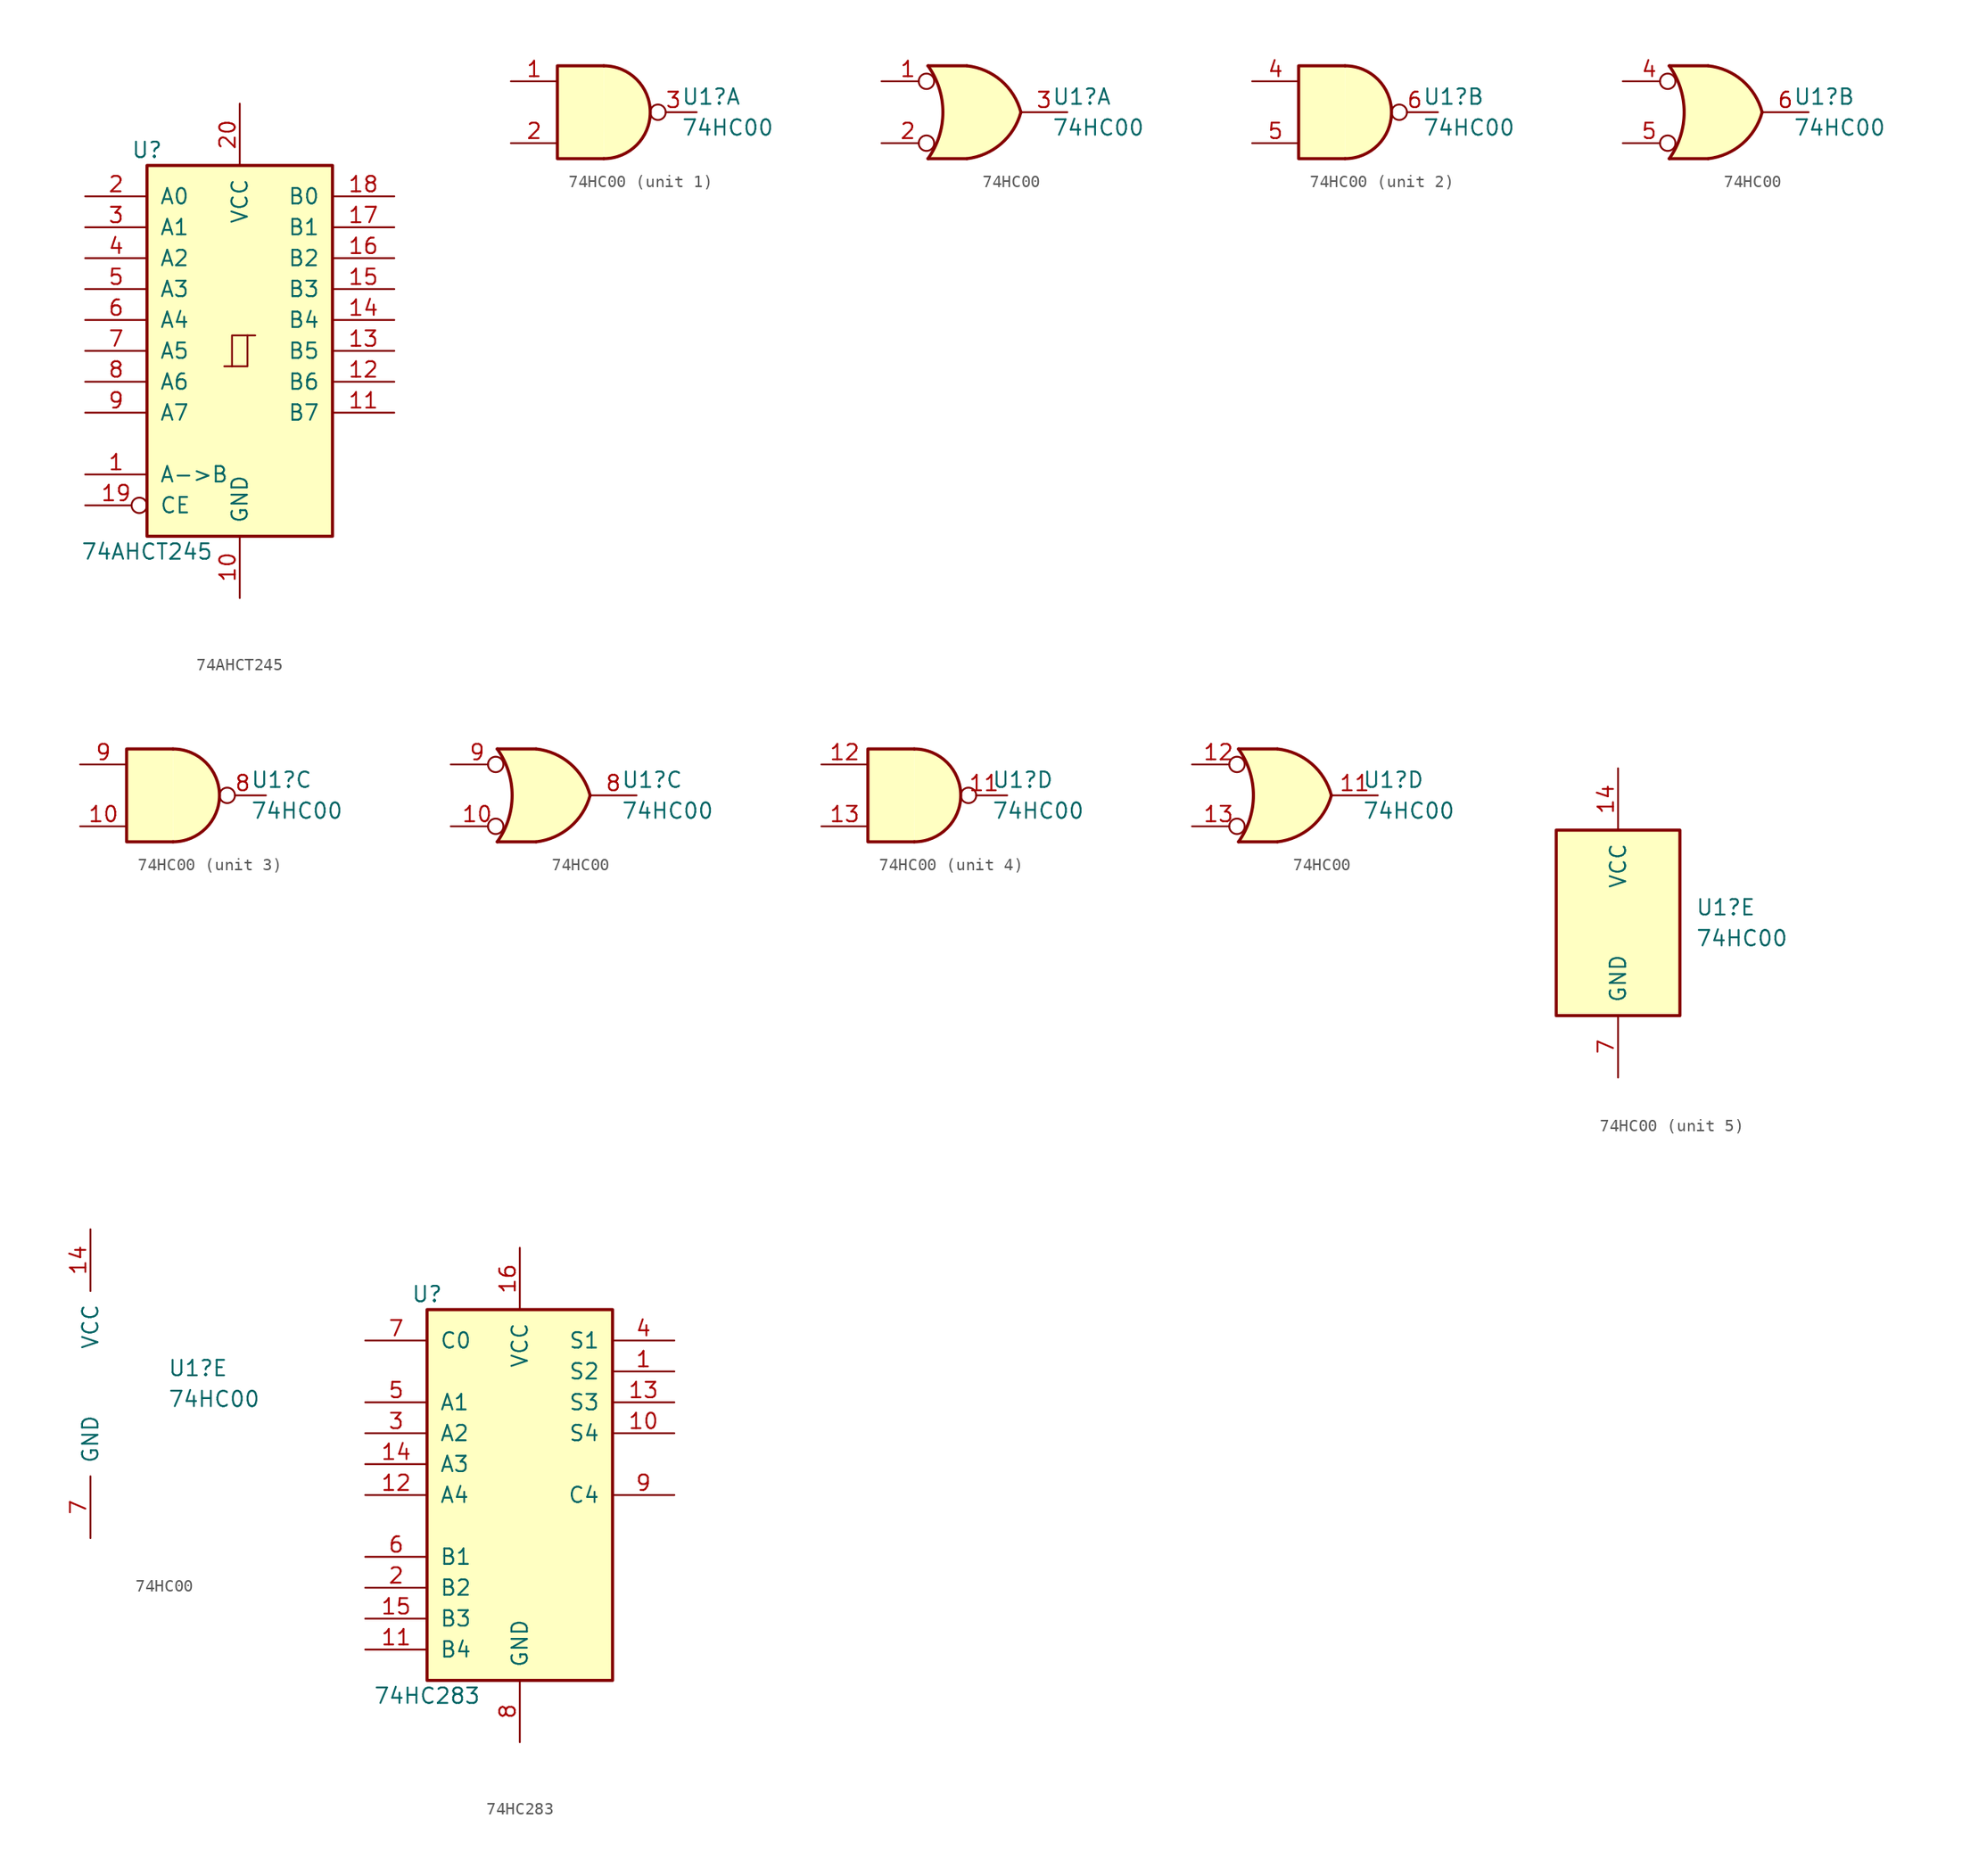
<source format=kicad_sym>
(kicad_symbol_lib
  (version 20220914)
  (generator kicad_symbol_editor)
  (symbol "74AHCT245"
    (pin_names
      (offset 1.016))
    (property "Reference" "U"
      (at -7.62 16.51 0)
      (effects (font (size 1.27 1.27))))
    (property "Value" "74AHCT245"
      (at -7.62 -16.51 0)
      (effects (font (size 1.27 1.27))))
    (symbol "74AHCT245_1_0"
      (polyline (pts (xy -0.635 -1.27) (xy -0.635 1.27) (xy 0.635 1.27)) (stroke (width 0) (type default)) (fill (type none)))
      (polyline (pts (xy -1.27 -1.27) (xy 0.635 -1.27) (xy 0.635 1.27) (xy 1.27 1.27)) (stroke (width 0) (type default)) (fill (type none)))
      (pin input line (at -12.7 -10.16 0) (length 5.08) (name "A->B" (effects (font (size 1.27 1.27)))) (number "1" (effects (font (size 1.27 1.27)))))
      (pin power_in line (at 0 -20.32 90) (length 5.08) (name "GND" (effects (font (size 1.27 1.27)))) (number "10" (effects (font (size 1.27 1.27)))))
      (pin tri_state line (at 12.7 -5.08 180) (length 5.08) (name "B7" (effects (font (size 1.27 1.27)))) (number "11" (effects (font (size 1.27 1.27)))))
      (pin tri_state line (at 12.7 -2.54 180) (length 5.08) (name "B6" (effects (font (size 1.27 1.27)))) (number "12" (effects (font (size 1.27 1.27)))))
      (pin tri_state line (at 12.7 0 180) (length 5.08) (name "B5" (effects (font (size 1.27 1.27)))) (number "13" (effects (font (size 1.27 1.27)))))
      (pin tri_state line (at 12.7 2.54 180) (length 5.08) (name "B4" (effects (font (size 1.27 1.27)))) (number "14" (effects (font (size 1.27 1.27)))))
      (pin tri_state line (at 12.7 5.08 180) (length 5.08) (name "B3" (effects (font (size 1.27 1.27)))) (number "15" (effects (font (size 1.27 1.27)))))
      (pin tri_state line (at 12.7 7.62 180) (length 5.08) (name "B2" (effects (font (size 1.27 1.27)))) (number "16" (effects (font (size 1.27 1.27)))))
      (pin tri_state line (at 12.7 10.16 180) (length 5.08) (name "B1" (effects (font (size 1.27 1.27)))) (number "17" (effects (font (size 1.27 1.27)))))
      (pin tri_state line (at 12.7 12.7 180) (length 5.08) (name "B0" (effects (font (size 1.27 1.27)))) (number "18" (effects (font (size 1.27 1.27)))))
      (pin input inverted (at -12.7 -12.7 0) (length 5.08) (name "CE" (effects (font (size 1.27 1.27)))) (number "19" (effects (font (size 1.27 1.27)))))
      (pin tri_state line (at -12.7 12.7 0) (length 5.08) (name "A0" (effects (font (size 1.27 1.27)))) (number "2" (effects (font (size 1.27 1.27)))))
      (pin power_in line (at 0 20.32 270) (length 5.08) (name "VCC" (effects (font (size 1.27 1.27)))) (number "20" (effects (font (size 1.27 1.27)))))
      (pin tri_state line (at -12.7 10.16 0) (length 5.08) (name "A1" (effects (font (size 1.27 1.27)))) (number "3" (effects (font (size 1.27 1.27)))))
      (pin tri_state line (at -12.7 7.62 0) (length 5.08) (name "A2" (effects (font (size 1.27 1.27)))) (number "4" (effects (font (size 1.27 1.27)))))
      (pin tri_state line (at -12.7 5.08 0) (length 5.08) (name "A3" (effects (font (size 1.27 1.27)))) (number "5" (effects (font (size 1.27 1.27)))))
      (pin tri_state line (at -12.7 2.54 0) (length 5.08) (name "A4" (effects (font (size 1.27 1.27)))) (number "6" (effects (font (size 1.27 1.27)))))
      (pin tri_state line (at -12.7 0 0) (length 5.08) (name "A5" (effects (font (size 1.27 1.27)))) (number "7" (effects (font (size 1.27 1.27)))))
      (pin tri_state line (at -12.7 -2.54 0) (length 5.08) (name "A6" (effects (font (size 1.27 1.27)))) (number "8" (effects (font (size 1.27 1.27)))))
      (pin tri_state line (at -12.7 -5.08 0) (length 5.08) (name "A7" (effects (font (size 1.27 1.27)))) (number "9" (effects (font (size 1.27 1.27))))))
    (symbol "74AHCT245_1_1"
      (rectangle (start -7.62 15.24) (end 7.62 -15.24) (stroke (width 0.254) (type default)) (fill (type background)))))
  (symbol "74HC00"
    (pin_names
      (offset 1.016))
    (property "Reference" "U1"
      (at 6.35 1.27 0)
      (effects (font (size 1.27 1.27)) (justify left)))
    (property "Value" "74HC00"
      (at 6.35 -1.27 0)
      (effects (font (size 1.27 1.27)) (justify left)))
    (property "ki_locked" ""
      (at 0 0 0)
      (effects (font (size 1.27 1.27))))
    (symbol "74HC00_1_1"
      (arc (start 0 -3.81) (mid 3.7934 0) (end 0 3.81) (stroke (width 0.254) (type default)) (fill (type background)))
      (polyline (pts (xy 0 3.81) (xy -3.81 3.81) (xy -3.81 -3.81) (xy 0 -3.81)) (stroke (width 0.254) (type default)) (fill (type background)))
      (pin input line (at -7.62 2.54 0) (length 3.81) (name "~" (effects (font (size 1.27 1.27)))) (number "1" (effects (font (size 1.27 1.27)))))
      (pin input line (at -7.62 -2.54 0) (length 3.81) (name "~" (effects (font (size 1.27 1.27)))) (number "2" (effects (font (size 1.27 1.27)))))
      (pin output inverted (at 7.62 0 180) (length 3.81) (name "~" (effects (font (size 1.27 1.27)))) (number "3" (effects (font (size 1.27 1.27))))))
    (symbol "74HC00_1_2"
      (arc (start -3.81 -3.81) (mid -2.589 0) (end -3.81 3.81) (stroke (width 0.254) (type default)) (fill (type none)))
      (arc (start -0.6096 -3.81) (mid 2.1842 -2.5851) (end 3.81 0) (stroke (width 0.254) (type default)) (fill (type background)))
      (polyline (pts (xy -3.81 -3.81) (xy -0.635 -3.81)) (stroke (width 0.254) (type default)) (fill (type background)))
      (polyline (pts (xy -3.81 3.81) (xy -0.635 3.81)) (stroke (width 0.254) (type default)) (fill (type background)))
      (polyline (pts (xy -0.635 3.81) (xy -3.81 3.81) (xy -3.81 3.81) (xy -3.556 3.404) (xy -3.023 2.261) (xy -2.692 1.041) (xy -2.616 -0.254) (xy -2.769 -1.499) (xy -3.175 -2.718) (xy -3.81 -3.81) (xy -3.81 -3.81) (xy -0.635 -3.81)) (stroke (width -25.4) (type default)) (fill (type background)))
      (arc (start 3.81 0) (mid 2.1915 2.5936) (end -0.6096 3.81) (stroke (width 0.254) (type default)) (fill (type background)))
      (pin input inverted (at -7.62 2.54 0) (length 4.318) (name "~" (effects (font (size 1.27 1.27)))) (number "1" (effects (font (size 1.27 1.27)))))
      (pin input inverted (at -7.62 -2.54 0) (length 4.318) (name "~" (effects (font (size 1.27 1.27)))) (number "2" (effects (font (size 1.27 1.27)))))
      (pin output line (at 7.62 0 180) (length 3.81) (name "~" (effects (font (size 1.27 1.27)))) (number "3" (effects (font (size 1.27 1.27))))))
    (symbol "74HC00_2_1"
      (arc (start 0 -3.81) (mid 3.7934 0) (end 0 3.81) (stroke (width 0.254) (type default)) (fill (type background)))
      (polyline (pts (xy 0 3.81) (xy -3.81 3.81) (xy -3.81 -3.81) (xy 0 -3.81)) (stroke (width 0.254) (type default)) (fill (type background)))
      (pin input line (at -7.62 2.54 0) (length 3.81) (name "~" (effects (font (size 1.27 1.27)))) (number "4" (effects (font (size 1.27 1.27)))))
      (pin input line (at -7.62 -2.54 0) (length 3.81) (name "~" (effects (font (size 1.27 1.27)))) (number "5" (effects (font (size 1.27 1.27)))))
      (pin output inverted (at 7.62 0 180) (length 3.81) (name "~" (effects (font (size 1.27 1.27)))) (number "6" (effects (font (size 1.27 1.27))))))
    (symbol "74HC00_2_2"
      (arc (start -3.81 -3.81) (mid -2.589 0) (end -3.81 3.81) (stroke (width 0.254) (type default)) (fill (type none)))
      (arc (start -0.6096 -3.81) (mid 2.1842 -2.5851) (end 3.81 0) (stroke (width 0.254) (type default)) (fill (type background)))
      (polyline (pts (xy -3.81 -3.81) (xy -0.635 -3.81)) (stroke (width 0.254) (type default)) (fill (type background)))
      (polyline (pts (xy -3.81 3.81) (xy -0.635 3.81)) (stroke (width 0.254) (type default)) (fill (type background)))
      (polyline (pts (xy -0.635 3.81) (xy -3.81 3.81) (xy -3.81 3.81) (xy -3.556 3.404) (xy -3.023 2.261) (xy -2.692 1.041) (xy -2.616 -0.254) (xy -2.769 -1.499) (xy -3.175 -2.718) (xy -3.81 -3.81) (xy -3.81 -3.81) (xy -0.635 -3.81)) (stroke (width -25.4) (type default)) (fill (type background)))
      (arc (start 3.81 0) (mid 2.1915 2.5936) (end -0.6096 3.81) (stroke (width 0.254) (type default)) (fill (type background)))
      (pin input inverted (at -7.62 2.54 0) (length 4.318) (name "~" (effects (font (size 1.27 1.27)))) (number "4" (effects (font (size 1.27 1.27)))))
      (pin input inverted (at -7.62 -2.54 0) (length 4.318) (name "~" (effects (font (size 1.27 1.27)))) (number "5" (effects (font (size 1.27 1.27)))))
      (pin output line (at 7.62 0 180) (length 3.81) (name "~" (effects (font (size 1.27 1.27)))) (number "6" (effects (font (size 1.27 1.27))))))
    (symbol "74HC00_3_1"
      (arc (start 0 -3.81) (mid 3.7934 0) (end 0 3.81) (stroke (width 0.254) (type default)) (fill (type background)))
      (polyline (pts (xy 0 3.81) (xy -3.81 3.81) (xy -3.81 -3.81) (xy 0 -3.81)) (stroke (width 0.254) (type default)) (fill (type background)))
      (pin input line (at -7.62 -2.54 0) (length 3.81) (name "~" (effects (font (size 1.27 1.27)))) (number "10" (effects (font (size 1.27 1.27)))))
      (pin output inverted (at 7.62 0 180) (length 3.81) (name "~" (effects (font (size 1.27 1.27)))) (number "8" (effects (font (size 1.27 1.27)))))
      (pin input line (at -7.62 2.54 0) (length 3.81) (name "~" (effects (font (size 1.27 1.27)))) (number "9" (effects (font (size 1.27 1.27))))))
    (symbol "74HC00_3_2"
      (arc (start -3.81 -3.81) (mid -2.589 0) (end -3.81 3.81) (stroke (width 0.254) (type default)) (fill (type none)))
      (arc (start -0.6096 -3.81) (mid 2.1842 -2.5851) (end 3.81 0) (stroke (width 0.254) (type default)) (fill (type background)))
      (polyline (pts (xy -3.81 -3.81) (xy -0.635 -3.81)) (stroke (width 0.254) (type default)) (fill (type background)))
      (polyline (pts (xy -3.81 3.81) (xy -0.635 3.81)) (stroke (width 0.254) (type default)) (fill (type background)))
      (polyline (pts (xy -0.635 3.81) (xy -3.81 3.81) (xy -3.81 3.81) (xy -3.556 3.404) (xy -3.023 2.261) (xy -2.692 1.041) (xy -2.616 -0.254) (xy -2.769 -1.499) (xy -3.175 -2.718) (xy -3.81 -3.81) (xy -3.81 -3.81) (xy -0.635 -3.81)) (stroke (width -25.4) (type default)) (fill (type background)))
      (arc (start 3.81 0) (mid 2.1915 2.5936) (end -0.6096 3.81) (stroke (width 0.254) (type default)) (fill (type background)))
      (pin input inverted (at -7.62 -2.54 0) (length 4.318) (name "~" (effects (font (size 1.27 1.27)))) (number "10" (effects (font (size 1.27 1.27)))))
      (pin output line (at 7.62 0 180) (length 3.81) (name "~" (effects (font (size 1.27 1.27)))) (number "8" (effects (font (size 1.27 1.27)))))
      (pin input inverted (at -7.62 2.54 0) (length 4.318) (name "~" (effects (font (size 1.27 1.27)))) (number "9" (effects (font (size 1.27 1.27))))))
    (symbol "74HC00_4_1"
      (arc (start 0 -3.81) (mid 3.7934 0) (end 0 3.81) (stroke (width 0.254) (type default)) (fill (type background)))
      (polyline (pts (xy 0 3.81) (xy -3.81 3.81) (xy -3.81 -3.81) (xy 0 -3.81)) (stroke (width 0.254) (type default)) (fill (type background)))
      (pin output inverted (at 7.62 0 180) (length 3.81) (name "~" (effects (font (size 1.27 1.27)))) (number "11" (effects (font (size 1.27 1.27)))))
      (pin input line (at -7.62 2.54 0) (length 3.81) (name "~" (effects (font (size 1.27 1.27)))) (number "12" (effects (font (size 1.27 1.27)))))
      (pin input line (at -7.62 -2.54 0) (length 3.81) (name "~" (effects (font (size 1.27 1.27)))) (number "13" (effects (font (size 1.27 1.27))))))
    (symbol "74HC00_4_2"
      (arc (start -3.81 -3.81) (mid -2.589 0) (end -3.81 3.81) (stroke (width 0.254) (type default)) (fill (type none)))
      (arc (start -0.6096 -3.81) (mid 2.1842 -2.5851) (end 3.81 0) (stroke (width 0.254) (type default)) (fill (type background)))
      (polyline (pts (xy -3.81 -3.81) (xy -0.635 -3.81)) (stroke (width 0.254) (type default)) (fill (type background)))
      (polyline (pts (xy -3.81 3.81) (xy -0.635 3.81)) (stroke (width 0.254) (type default)) (fill (type background)))
      (polyline (pts (xy -0.635 3.81) (xy -3.81 3.81) (xy -3.81 3.81) (xy -3.556 3.404) (xy -3.023 2.261) (xy -2.692 1.041) (xy -2.616 -0.254) (xy -2.769 -1.499) (xy -3.175 -2.718) (xy -3.81 -3.81) (xy -3.81 -3.81) (xy -0.635 -3.81)) (stroke (width -25.4) (type default)) (fill (type background)))
      (arc (start 3.81 0) (mid 2.1915 2.5936) (end -0.6096 3.81) (stroke (width 0.254) (type default)) (fill (type background)))
      (pin output line (at 7.62 0 180) (length 3.81) (name "~" (effects (font (size 1.27 1.27)))) (number "11" (effects (font (size 1.27 1.27)))))
      (pin input inverted (at -7.62 2.54 0) (length 4.318) (name "~" (effects (font (size 1.27 1.27)))) (number "12" (effects (font (size 1.27 1.27)))))
      (pin input inverted (at -7.62 -2.54 0) (length 4.318) (name "~" (effects (font (size 1.27 1.27)))) (number "13" (effects (font (size 1.27 1.27))))))
    (symbol "74HC00_5_0"
      (pin power_in line (at 0 12.7 270) (length 5.08) (name "VCC" (effects (font (size 1.27 1.27)))) (number "14" (effects (font (size 1.27 1.27)))))
      (pin power_in line (at 0 -12.7 90) (length 5.08) (name "GND" (effects (font (size 1.27 1.27)))) (number "7" (effects (font (size 1.27 1.27))))))
    (symbol "74HC00_5_1"
      (rectangle (start -5.08 7.62) (end 5.08 -7.62) (stroke (width 0.254) (type default)) (fill (type background)))))
  (symbol "74HC283"
    (pin_names
      (offset 1.016))
    (property "Reference" "U"
      (at -7.62 16.51 0)
      (effects (font (size 1.27 1.27))))
    (property "Value" "74HC283"
      (at -7.62 -16.51 0)
      (effects (font (size 1.27 1.27))))
    (symbol "74HC283_1_0"
      (pin output line (at 12.7 10.16 180) (length 5.08) (name "S2" (effects (font (size 1.27 1.27)))) (number "1" (effects (font (size 1.27 1.27)))))
      (pin output line (at 12.7 5.08 180) (length 5.08) (name "S4" (effects (font (size 1.27 1.27)))) (number "10" (effects (font (size 1.27 1.27)))))
      (pin input line (at -12.7 -12.7 0) (length 5.08) (name "B4" (effects (font (size 1.27 1.27)))) (number "11" (effects (font (size 1.27 1.27)))))
      (pin input line (at -12.7 0 0) (length 5.08) (name "A4" (effects (font (size 1.27 1.27)))) (number "12" (effects (font (size 1.27 1.27)))))
      (pin output line (at 12.7 7.62 180) (length 5.08) (name "S3" (effects (font (size 1.27 1.27)))) (number "13" (effects (font (size 1.27 1.27)))))
      (pin input line (at -12.7 2.54 0) (length 5.08) (name "A3" (effects (font (size 1.27 1.27)))) (number "14" (effects (font (size 1.27 1.27)))))
      (pin input line (at -12.7 -10.16 0) (length 5.08) (name "B3" (effects (font (size 1.27 1.27)))) (number "15" (effects (font (size 1.27 1.27)))))
      (pin power_in line (at 0 20.32 270) (length 5.08) (name "VCC" (effects (font (size 1.27 1.27)))) (number "16" (effects (font (size 1.27 1.27)))))
      (pin input line (at -12.7 -7.62 0) (length 5.08) (name "B2" (effects (font (size 1.27 1.27)))) (number "2" (effects (font (size 1.27 1.27)))))
      (pin input line (at -12.7 5.08 0) (length 5.08) (name "A2" (effects (font (size 1.27 1.27)))) (number "3" (effects (font (size 1.27 1.27)))))
      (pin output line (at 12.7 12.7 180) (length 5.08) (name "S1" (effects (font (size 1.27 1.27)))) (number "4" (effects (font (size 1.27 1.27)))))
      (pin input line (at -12.7 7.62 0) (length 5.08) (name "A1" (effects (font (size 1.27 1.27)))) (number "5" (effects (font (size 1.27 1.27)))))
      (pin input line (at -12.7 -5.08 0) (length 5.08) (name "B1" (effects (font (size 1.27 1.27)))) (number "6" (effects (font (size 1.27 1.27)))))
      (pin input line (at -12.7 12.7 0) (length 5.08) (name "C0" (effects (font (size 1.27 1.27)))) (number "7" (effects (font (size 1.27 1.27)))))
      (pin power_in line (at 0 -20.32 90) (length 5.08) (name "GND" (effects (font (size 1.27 1.27)))) (number "8" (effects (font (size 1.27 1.27)))))
      (pin output line (at 12.7 0 180) (length 5.08) (name "C4" (effects (font (size 1.27 1.27)))) (number "9" (effects (font (size 1.27 1.27))))))
    (symbol "74HC283_1_1"
      (rectangle (start -7.62 15.24) (end 7.62 -15.24) (stroke (width 0.254) (type default)) (fill (type background))))))
</source>
